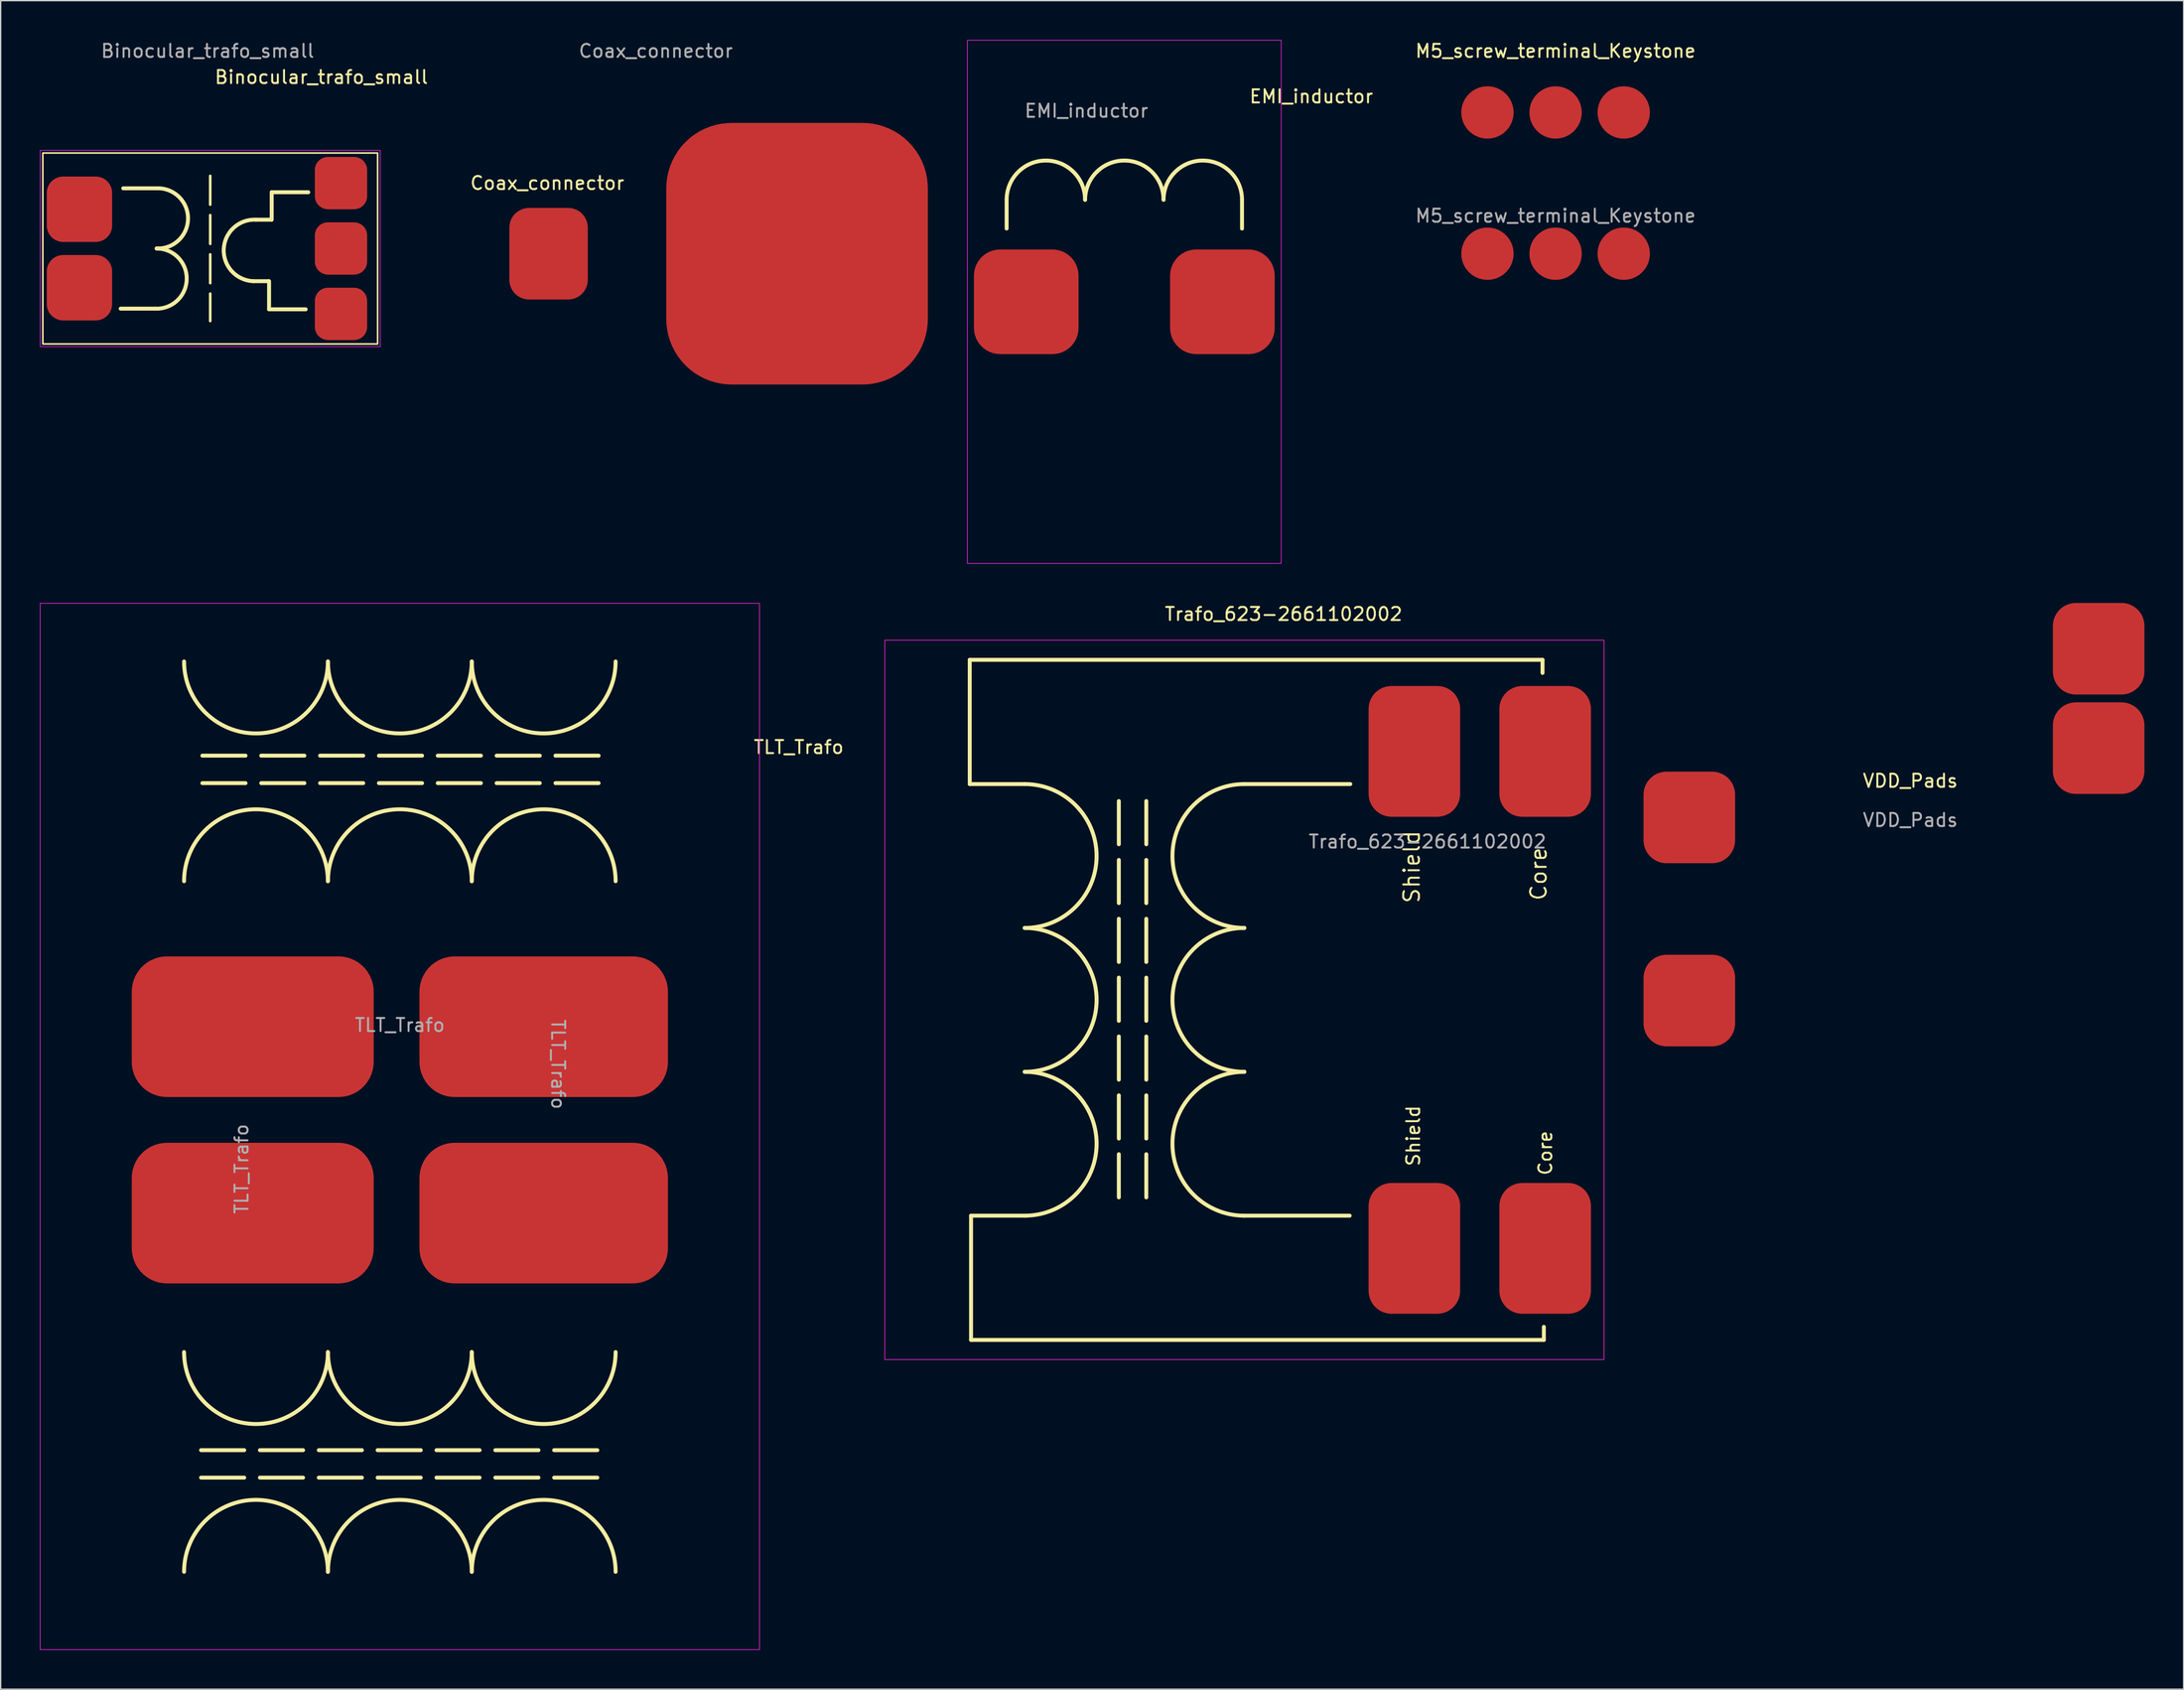
<source format=kicad_pcb>
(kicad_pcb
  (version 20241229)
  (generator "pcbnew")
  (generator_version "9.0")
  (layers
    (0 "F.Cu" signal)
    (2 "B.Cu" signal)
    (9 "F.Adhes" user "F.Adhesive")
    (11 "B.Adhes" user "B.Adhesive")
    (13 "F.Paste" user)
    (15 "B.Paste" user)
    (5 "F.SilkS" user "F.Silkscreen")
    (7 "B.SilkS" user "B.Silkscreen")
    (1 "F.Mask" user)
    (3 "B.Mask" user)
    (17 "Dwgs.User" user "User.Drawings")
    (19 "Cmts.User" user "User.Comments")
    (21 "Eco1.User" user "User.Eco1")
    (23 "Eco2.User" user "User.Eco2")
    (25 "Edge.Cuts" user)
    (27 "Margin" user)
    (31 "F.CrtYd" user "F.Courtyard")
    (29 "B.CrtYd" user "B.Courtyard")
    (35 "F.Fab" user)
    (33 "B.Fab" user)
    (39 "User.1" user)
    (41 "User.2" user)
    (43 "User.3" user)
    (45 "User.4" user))
  (footprint "Binocular_trafo_small"
    (layer "F.Cu")
    (at 13.025 15.948)
    (property "Reference" "Binocular_trafo_small" (at 8.5 -13.1 0) (unlocked yes) (layer "F.SilkS") (effects (font (size 1 1) (thickness 0.15))))
    (attr smd)
    (fp_line (start -4.15 4.6) (end -6.85 4.6) (stroke (width 0.3) (type default)) (layer "F.SilkS"))
    (fp_line (start -3.95 -4.6) (end -6.65 -4.6) (stroke (width 0.3) (type default)) (layer "F.SilkS"))
    (fp_line (start 0 -5.55) (end 0 5.55) (stroke (width 0.2) (type dash)) (layer "F.SilkS"))
    (fp_line (start 3.302 2.5) (end 4.476 2.5) (stroke (width 0.3) (type dash)) (layer "F.SilkS"))
    (fp_line (start 3.513 -2.2) (end 4.687 -2.2) (stroke (width 0.3) (type dash)) (layer "F.SilkS"))
    (fp_line (start 4.5 2.5) (end 4.5 4.65) (stroke (width 0.3) (type dash)) (layer "F.SilkS"))
    (fp_line (start 4.5 4.65) (end 7.3 4.65) (stroke (width 0.3) (type dash)) (layer "F.SilkS"))
    (fp_line (start 4.7 -4.3) (end 7.5 -4.3) (stroke (width 0.3) (type dash)) (layer "F.SilkS"))
    (fp_line (start 4.7 -2.2) (end 4.7 -4.3) (stroke (width 0.3) (type dash)) (layer "F.SilkS"))
    (fp_rect (start 12.8 -7.3) (end -12.8 7.3) (stroke (width 0.12) (type default)) (fill no) (layer "F.SilkS"))
    (fp_arc (start -4.1 0) (mid -1.798372 2.352184) (end -4.2 4.602171) (stroke (width 0.3) (type default)) (layer "F.SilkS"))
    (fp_arc (start -4 -4.602171) (mid -1.698372 -2.249987) (end -4.1 0) (stroke (width 0.3) (type default)) (layer "F.SilkS"))
    (fp_arc (start 3.301628 2.499743) (mid 1.051944 0.048933) (end 3.503786 -2.199626) (stroke (width 0.3) (type default)) (layer "F.SilkS"))
    (fp_rect (start -13 -7.5) (end 13 7.5) (stroke (width 0.05) (type default)) (fill no) (layer "F.CrtYd"))
    (fp_text user "${REFERENCE}" (at -0.2 -15.1 0) (unlocked yes) (layer "F.Fab") (effects (font (size 1 1) (thickness 0.15))))
    (pad "1" smd roundrect (at -10 3) (size 5 5) (layers "F.Cu" "F.Mask" "F.Paste") (roundrect_rratio 0.25))
    (pad "2" smd roundrect (at -10 -3) (size 5 5) (layers "F.Cu" "F.Mask" "F.Paste") (roundrect_rratio 0.25))
    (pad "2" smd roundrect (at 10 0) (size 4 4) (layers "F.Cu" "F.Mask" "F.Paste") (roundrect_rratio 0.25))
    (pad "3" smd roundrect (at 10 -5) (size 4 4) (layers "F.Cu" "F.Mask" "F.Paste") (roundrect_rratio 0.25))
    (pad "4" smd roundrect (at 10 5) (size 4 4) (layers "F.Cu" "F.Mask" "F.Paste") (roundrect_rratio 0.25)))
  (footprint "TLT_Trafo"
    (layer "F.Cu")
    (at 27.025 83.075)
    (property "Reference" "TLT_Trafo" (at 31 -29 0) (unlocked yes) (layer "F.SilkS") (effects (font (size 1 1) (thickness 0.15))))
    (attr smd)
    (fp_line (start -14.6 -28.35) (end 15.8 -28.35) (stroke (width 0.3) (type dash)) (layer "F.SilkS"))
    (fp_line (start -14.6 -26.25) (end 15.8 -26.25) (stroke (width 0.3) (type dash)) (layer "F.SilkS"))
    (fp_line (start 15.6 24.75) (end -14.8 24.75) (stroke (width 0.3) (type dash)) (layer "F.SilkS"))
    (fp_line (start 15.6 26.85) (end -14.8 26.85) (stroke (width 0.3) (type dash)) (layer "F.SilkS"))
    (fp_arc (start -16 -18.75) (mid -10.5 -24.25) (end -5 -18.75) (stroke (width 0.3) (type default)) (layer "F.SilkS"))
    (fp_arc (start -16 34.05) (mid -10.5 28.55) (end -5 34.05) (stroke (width 0.3) (type default)) (layer "F.SilkS"))
    (fp_arc (start -5 -35.55) (mid -10.5 -30.05) (end -16 -35.55) (stroke (width 0.3) (type default)) (layer "F.SilkS"))
    (fp_arc (start -5 -18.75) (mid 0.5 -24.25) (end 6 -18.75) (stroke (width 0.3) (type default)) (layer "F.SilkS"))
    (fp_arc (start -5 17.25) (mid -10.5 22.75) (end -16 17.25) (stroke (width 0.3) (type default)) (layer "F.SilkS"))
    (fp_arc (start -5 34.05) (mid 0.5 28.55) (end 6 34.05) (stroke (width 0.3) (type default)) (layer "F.SilkS"))
    (fp_arc (start 6 -35.55) (mid 0.5 -30.05) (end -5 -35.55) (stroke (width 0.3) (type default)) (layer "F.SilkS"))
    (fp_arc (start 6 -18.75) (mid 11.5 -24.25) (end 17 -18.75) (stroke (width 0.3) (type default)) (layer "F.SilkS"))
    (fp_arc (start 6 17.25) (mid 0.5 22.75) (end -5 17.25) (stroke (width 0.3) (type default)) (layer "F.SilkS"))
    (fp_arc (start 6 34.05) (mid 11.5 28.55) (end 17 34.05) (stroke (width 0.3) (type default)) (layer "F.SilkS"))
    (fp_arc (start 17 -35.55) (mid 11.5 -30.05) (end 6 -35.55) (stroke (width 0.3) (type default)) (layer "F.SilkS"))
    (fp_arc (start 17 17.25) (mid 11.5 22.75) (end 6 17.25) (stroke (width 0.3) (type default)) (layer "F.SilkS"))
    (fp_rect (start -27 -40) (end 28 40) (stroke (width 0.05) (type default)) (fill no) (layer "F.CrtYd"))
    (fp_text user "${REFERENCE}" (at 12.6 -4.75 270) (unlocked yes) (layer "F.Fab") (effects (font (size 1 1) (thickness 0.15))))
    (fp_text user "${REFERENCE}" (at 0.5 -7.75 0) (unlocked yes) (layer "F.Fab") (effects (font (size 1 1) (thickness 0.15))))
    (fp_text user "${REFERENCE}" (at -11.6 3.25 90) (unlocked yes) (layer "F.Fab") (effects (font (size 1 1) (thickness 0.15))))
    (pad "1" smd roundrect (at -10.75 -7.625 270) (size 10.75 18.5) (layers "F.Cu" "F.Mask" "F.Paste") (roundrect_rratio 0.25))
    (pad "2" smd roundrect (at 11.5 -7.625 270) (size 10.75 19) (layers "F.Cu" "F.Mask" "F.Paste") (roundrect_rratio 0.25))
    (pad "3" smd roundrect (at -10.75 6.625 90) (size 10.75 18.5) (layers "F.Cu" "F.Mask" "F.Paste") (roundrect_rratio 0.25))
    (pad "4" smd roundrect (at 11.5 6.625 90) (size 10.75 19) (layers "F.Cu" "F.Mask" "F.Paste") (roundrect_rratio 0.25)))
  (footprint "VDD_Pads"
    (layer "F.Cu")
    (at 126.129 66.45)
    (property "Reference" "VDD_Pads" (at 16.9 -9.8 0) (unlocked yes) (layer "F.SilkS") (effects (font (size 1 1) (thickness 0.15))))
    (attr smd)
    (fp_text user "${REFERENCE}" (at 16.9 -6.8 0) (unlocked yes) (layer "F.Fab") (effects (font (size 1 1) (thickness 0.15))))
    (pad "1" smd roundrect (at 0 -7) (size 7 7) (layers "F.Cu" "F.Mask" "F.Paste") (roundrect_rratio 0.25))
    (pad "1" smd roundrect (at 31.3 -19.9) (size 7 7) (layers "F.Cu" "F.Mask" "F.Paste") (roundrect_rratio 0.25))
    (pad "3" smd roundrect (at 31.3 -12.3) (size 7 7) (layers "F.Cu" "F.Mask" "F.Paste") (roundrect_rratio 0.25))
    (pad "4" smd roundrect (at 0 7) (size 7 7) (layers "F.Cu" "F.Mask" "F.Paste") (roundrect_rratio 0.25)))
  (footprint "EMI_inductor"
    (layer "F.Cu")
    (at 82.924 20.025)
    (property "Reference" "EMI_inductor" (at 14.3 -15.7 0) (unlocked yes) (layer "F.SilkS") (effects (font (size 1 1) (thickness 0.15))))
    (attr smd)
    (fp_line (start -9 -7.8) (end -9 -5.6) (stroke (width 0.3) (type default)) (layer "F.SilkS"))
    (fp_line (start 9 -7.8) (end 9 -5.6) (stroke (width 0.3) (type default)) (layer "F.SilkS"))
    (fp_arc (start -9 -7.8) (mid -6 -10.8) (end -3 -7.8) (stroke (width 0.3) (type default)) (layer "F.SilkS"))
    (fp_arc (start -3 -7.8) (mid 0 -10.8) (end 3 -7.8) (stroke (width 0.3) (type default)) (layer "F.SilkS"))
    (fp_arc (start 3 -7.8) (mid 6 -10.8) (end 9 -7.8) (stroke (width 0.3) (type default)) (layer "F.SilkS"))
    (fp_rect (start -12 -20) (end 12 20) (stroke (width 0.05) (type default)) (fill no) (layer "F.CrtYd"))
    (fp_text user "${REFERENCE}" (at -2.9 -14.6 0) (unlocked yes) (layer "F.Fab") (effects (font (size 1 1) (thickness 0.15))))
    (pad "1" smd roundrect (at -7.5 0) (size 8 8) (layers "F.Cu" "F.Mask" "F.Paste") (roundrect_rratio 0.25))
    (pad "2" smd roundrect (at 7.5 0) (size 8 8) (layers "F.Cu" "F.Mask" "F.Paste") (roundrect_rratio 0.25)))
  (footprint "M5_screw_terminal_Keystone"
    (layer "F.Cu")
    (at 115.902 10.948)
    (property "Reference" "M5_screw_terminal_Keystone" (at 0 -10.1 0) (unlocked yes) (layer "F.SilkS") (effects (font (size 1 1) (thickness 0.15))))
    (attr through_hole)
    (fp_rect (start -8 -8) (end 8 8) (stroke (width 0.12) (type solid)) (fill yes) (layer "F.Mask"))
    (fp_text user "${REFERENCE}" (at 0 2.5 0) (unlocked yes) (layer "F.Fab") (effects (font (size 1 1) (thickness 0.15))))
    (pad "1" smd circle (at -5.21 -5.4) (size 4 4) (layers "F.Cu" "F.Mask" "F.Paste"))
    (pad "1" smd circle (at -5.21 5.4) (size 4 4) (layers "F.Cu" "F.Mask" "F.Paste"))
    (pad "1" smd circle (at 0 -5.4) (size 4 4) (layers "F.Cu" "F.Mask" "F.Paste"))
    (pad "1" smd circle (at 0 5.4) (size 4 4) (layers "F.Cu" "F.Mask" "F.Paste"))
    (pad "1" smd circle (at 5.21 -5.4) (size 4 4) (layers "F.Cu" "F.Mask" "F.Paste"))
    (pad "1" smd circle (at 5.21 5.4) (size 4 4) (layers "F.Cu" "F.Mask" "F.Paste")))
  (footprint "Coax_connector"
    (layer "F.Cu")
    (at 38.899 16.348)
    (property "Reference" "Coax_connector" (at -0.1 -5.4 0) (unlocked yes) (layer "F.SilkS") (effects (font (size 1 1) (thickness 0.15))))
    (attr smd)
    (fp_text user "${REFERENCE}" (at 8.2 -15.5 0) (unlocked yes) (layer "F.Fab") (effects (font (size 1 1) (thickness 0.15))))
    (pad "1" smd roundrect (at 0 0) (size 6 7) (layers "F.Cu" "F.Mask" "F.Paste") (roundrect_rratio 0.25))
    (pad "2" smd roundrect (at 19 0) (size 20 20) (layers "F.Cu" "F.Mask" "F.Paste") (roundrect_rratio 0.25)))
  (footprint "Trafo_623-2661102002"
    (layer "F.Cu")
    (at 92.104 73.398)
    (property "Reference" "Trafo_623-2661102002" (at 3 -29.5 0) (unlocked yes) (layer "F.SilkS") (effects (font (size 1 1) (thickness 0.15))))
    (attr smd)
    (fp_line (start -21 -26) (end 22.8 -26) (stroke (width 0.3) (type default)) (layer "F.SilkS"))
    (fp_line (start -21 -16.5) (end -21 -26) (stroke (width 0.3) (type default)) (layer "F.SilkS"))
    (fp_line (start -20.9 16.5) (end -20.9 26) (stroke (width 0.3) (type default)) (layer "F.SilkS"))
    (fp_line (start -16.8 -16.5) (end -21 -16.5) (stroke (width 0.3) (type default)) (layer "F.SilkS"))
    (fp_line (start -16.7 16.5) (end -20.9 16.5) (stroke (width 0.3) (type default)) (layer "F.SilkS"))
    (fp_line (start -9.6 15.1) (end -9.6 -15.3) (stroke (width 0.3) (type dash)) (layer "F.SilkS"))
    (fp_line (start -7.5 15.1) (end -7.5 -15.3) (stroke (width 0.3) (type dash)) (layer "F.SilkS"))
    (fp_line (start -0.05 16.5) (end 8.05 16.5) (stroke (width 0.3) (type default)) (layer "F.SilkS"))
    (fp_line (start 0 -16.5) (end 8.1 -16.5) (stroke (width 0.3) (type default)) (layer "F.SilkS"))
    (fp_line (start 22.8 -26) (end 22.8 -25) (stroke (width 0.3) (type default)) (layer "F.SilkS"))
    (fp_line (start 22.9 26) (end -20.9 26) (stroke (width 0.3) (type default)) (layer "F.SilkS"))
    (fp_line (start 22.9 26) (end 22.9 25) (stroke (width 0.3) (type default)) (layer "F.SilkS"))
    (fp_arc (start -16.8 -16.5) (mid -11.3 -11) (end -16.8 -5.5) (stroke (width 0.3) (type default)) (layer "F.SilkS"))
    (fp_arc (start -16.8 -5.5) (mid -11.3 0) (end -16.8 5.5) (stroke (width 0.3) (type default)) (layer "F.SilkS"))
    (fp_arc (start -16.8 5.5) (mid -11.3 11) (end -16.8 16.5) (stroke (width 0.3) (type default)) (layer "F.SilkS"))
    (fp_arc (start 0 -5.5) (mid -5.5 -11) (end 0 -16.5) (stroke (width 0.3) (type default)) (layer "F.SilkS"))
    (fp_arc (start 0 5.5) (mid -5.5 0) (end 0 -5.5) (stroke (width 0.3) (type default)) (layer "F.SilkS"))
    (fp_arc (start 0 16.5) (mid -5.5 11) (end 0 5.5) (stroke (width 0.3) (type default)) (layer "F.SilkS"))
    (fp_rect (start -27.5 -27.5) (end 27.5 27.5) (stroke (width 0.05) (type default)) (fill no) (layer "F.CrtYd"))
    (fp_text user "Shield" (at 13.5 -7.3 90) (unlocked yes) (layer "F.SilkS") (effects (font (size 1.2 1.2) (thickness 0.15)) (justify left bottom)))
    (fp_text user "Core" (at 23.2 -7.5 90) (unlocked yes) (layer "F.SilkS") (effects (font (size 1.2 1.2) (thickness 0.15)) (justify left bottom)))
    (fp_text user "Core" (at 23.6 13.5 90) (unlocked yes) (layer "F.SilkS") (effects (font (size 1 1) (thickness 0.15)) (justify left bottom)))
    (fp_text user "Shield" (at 13.5 12.8 90) (unlocked yes) (layer "F.SilkS") (effects (font (size 1 1) (thickness 0.15)) (justify left bottom)))
    (fp_text user "${REFERENCE}" (at 14 -12.1 0) (unlocked yes) (layer "F.Fab") (effects (font (size 1 1) (thickness 0.15))))
    (pad "1" smd roundrect (at 13 -19) (size 7 10) (layers "F.Cu" "F.Mask" "F.Paste") (roundrect_rratio 0.25))
    (pad "2" smd roundrect (at 13 19) (size 7 10) (layers "F.Cu" "F.Mask" "F.Paste") (roundrect_rratio 0.25))
    (pad "3" smd roundrect (at 23 -19) (size 7 10) (layers "F.Cu" "F.Mask" "F.Paste") (roundrect_rratio 0.25))
    (pad "4" smd roundrect (at 23 19) (size 7 10) (layers "F.Cu" "F.Mask" "F.Paste") (roundrect_rratio 0.25)))
  (gr_rect
    (start -3 -3)
    (end 163.929 126.1)
    (stroke (width 0.1) (type default))
    (fill no)
    (layer "Edge.Cuts")))
</source>
